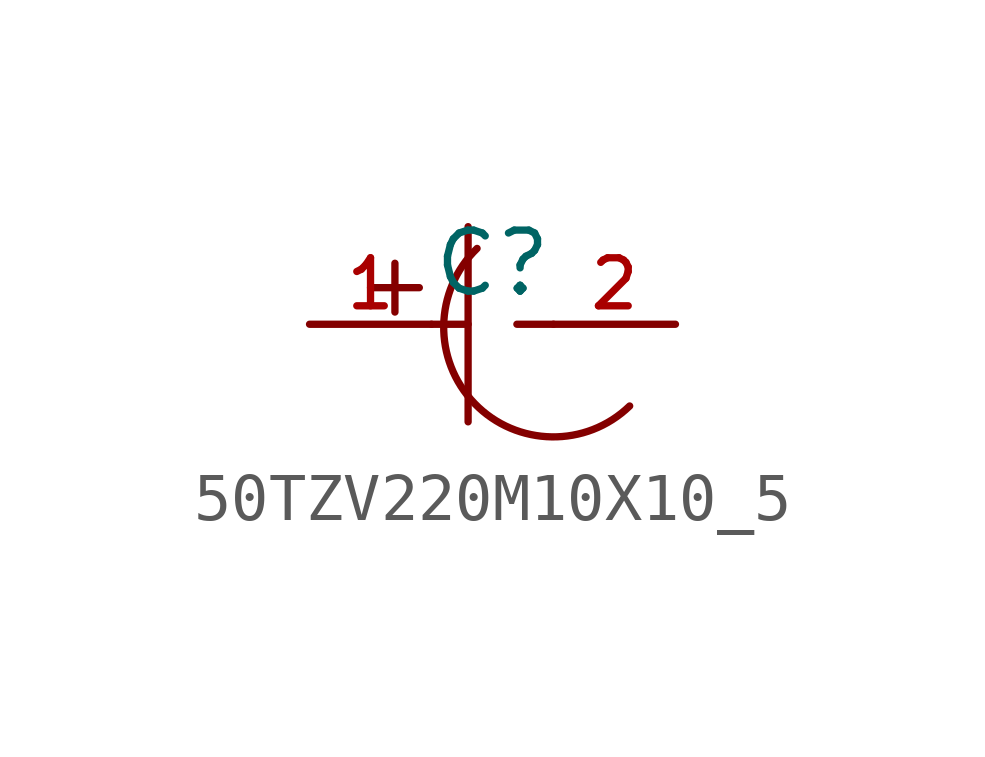
<source format=kicad_sym>
(kicad_symbol_lib
  (version 20210201)
  (generator TousstNicolas/JLC2KiCad_lib)
  (symbol "50TZV220M10X10_5"
    (pin_names hide)
    (property "Reference" "C"
      (at 0 1.27 0)
      (effects (font (size 1.27 1.27))))
    (symbol "50TZV220M10X10_5_0_1"
      (polyline (pts (xy -0.508 2.032) (xy -0.508 -2.032)) (stroke (width 0) (type default) (color 0 0 0 0)) (fill (type none)))
      (pin input line (at -3.81 -0.0 0) (length 2.54) (name "1" (effects (font (size 1 1)))) (number "1" (effects (font (size 1 1)))))
      (pin input line (at 3.81 -0.0 180) (length 2.54) (name "2" (effects (font (size 1 1)))) (number "2" (effects (font (size 1 1)))))
      (polyline (pts (xy -1.27 -0.0) (xy -0.508 -0.0)) (stroke (width 0) (type default) (color 0 0 0 0)) (fill (type none)))
      (polyline (pts (xy 0.508 -0.0) (xy 1.27 -0.0)) (stroke (width 0) (type default) (color 0 0 0 0)) (fill (type none)))
      (arc (start 2.8564835439492002 -1.7022661612919765) (mid -0.3760025087646711 -1.6506161322143769) (end -0.3243524796870717 1.5818699204994944) (stroke (width 0) (type default) (color 0 0 0 0)) (fill (type none)))
      (polyline (pts (xy -2.54 0.762) (xy -1.524 0.762)) (stroke (width 0) (type default) (color 0 0 0 0)) (fill (type none)))
      (polyline (pts (xy -2.032 1.27) (xy -2.032 0.254)) (stroke (width 0) (type default) (color 0 0 0 0)) (fill (type none))))))
</source>
